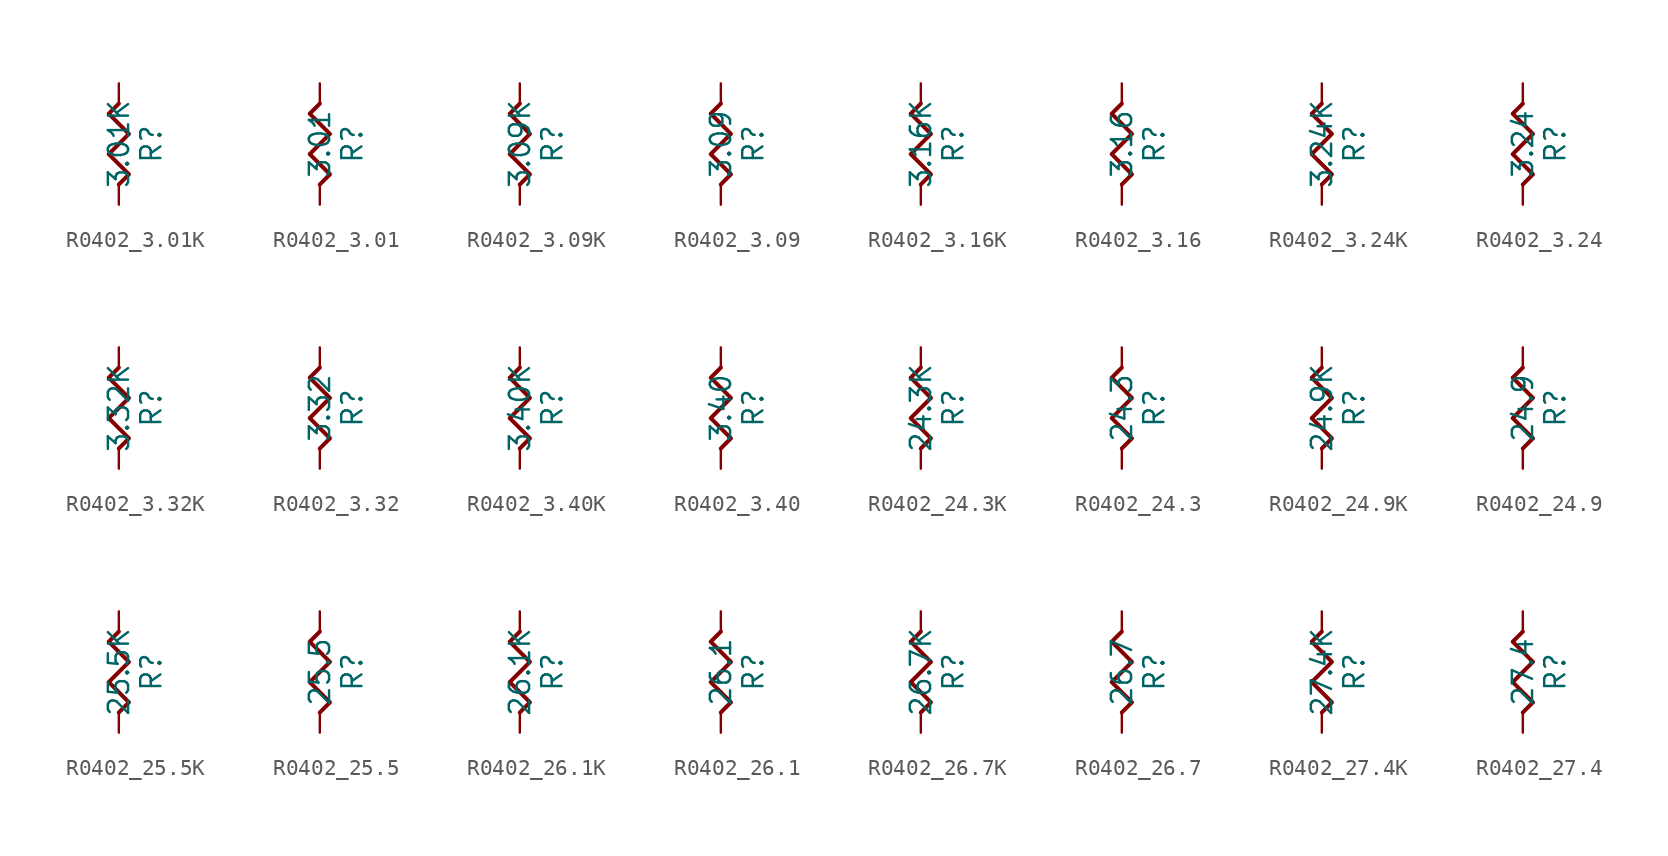
<source format=kicad_sym>
(kicad_symbol_lib
  (version 20211014)
  (generator atlantix-eda)
  (symbol "R0402_3.01K"
    (pin_numbers hide)
    (pin_names
      (offset 0))
    (property "Reference" "R"
      (at 2.032 0 90)
      (effects (font (size 1.27 1.27))))
    (property "Value" "3.01K"
      (at 0 0 90)
      (effects (font (size 1.27 1.27))))
    (symbol "R0402_3.01K_0_1"
      (polyline (pts (xy 0 -2.54) (xy 0.635 -1.905) (xy -0.635 -0.635) (xy 0.635 0.635) (xy -0.635 1.905) (xy 0 2.54)) (stroke (width 0.254) (type default) (color 0 0 0 0)) (fill (type none))))
    (symbol "R0402_3.01K_1_1"
      (pin passive line (at 0 3.81 270) (length 1.27) (name "~" (effects (font (size 1.27 1.27)))) (number "1" (effects (font (size 1.27 1.27)))))
      (pin passive line (at 0 -3.81 90) (length 1.27) (name "~" (effects (font (size 1.27 1.27)))) (number "2" (effects (font (size 1.27 1.27)))))))
  (symbol "R0402_3.01"
    (pin_numbers hide)
    (pin_names
      (offset 0))
    (property "Reference" "R"
      (at 2.032 0 90)
      (effects (font (size 1.27 1.27))))
    (property "Value" "3.01"
      (at 0 0 90)
      (effects (font (size 1.27 1.27))))
    (symbol "R0402_3.01_0_1"
      (polyline (pts (xy 0 -2.54) (xy 0.635 -1.905) (xy -0.635 -0.635) (xy 0.635 0.635) (xy -0.635 1.905) (xy 0 2.54)) (stroke (width 0.254) (type default) (color 0 0 0 0)) (fill (type none))))
    (symbol "R0402_3.01_1_1"
      (pin passive line (at 0 3.81 270) (length 1.27) (name "~" (effects (font (size 1.27 1.27)))) (number "1" (effects (font (size 1.27 1.27)))))
      (pin passive line (at 0 -3.81 90) (length 1.27) (name "~" (effects (font (size 1.27 1.27)))) (number "2" (effects (font (size 1.27 1.27)))))))
  (symbol "R0402_3.09K"
    (pin_numbers hide)
    (pin_names
      (offset 0))
    (property "Reference" "R"
      (at 2.032 0 90)
      (effects (font (size 1.27 1.27))))
    (property "Value" "3.09K"
      (at 0 0 90)
      (effects (font (size 1.27 1.27))))
    (symbol "R0402_3.09K_0_1"
      (polyline (pts (xy 0 -2.54) (xy 0.635 -1.905) (xy -0.635 -0.635) (xy 0.635 0.635) (xy -0.635 1.905) (xy 0 2.54)) (stroke (width 0.254) (type default) (color 0 0 0 0)) (fill (type none))))
    (symbol "R0402_3.09K_1_1"
      (pin passive line (at 0 3.81 270) (length 1.27) (name "~" (effects (font (size 1.27 1.27)))) (number "1" (effects (font (size 1.27 1.27)))))
      (pin passive line (at 0 -3.81 90) (length 1.27) (name "~" (effects (font (size 1.27 1.27)))) (number "2" (effects (font (size 1.27 1.27)))))))
  (symbol "R0402_3.09"
    (pin_numbers hide)
    (pin_names
      (offset 0))
    (property "Reference" "R"
      (at 2.032 0 90)
      (effects (font (size 1.27 1.27))))
    (property "Value" "3.09"
      (at 0 0 90)
      (effects (font (size 1.27 1.27))))
    (symbol "R0402_3.09_0_1"
      (polyline (pts (xy 0 -2.54) (xy 0.635 -1.905) (xy -0.635 -0.635) (xy 0.635 0.635) (xy -0.635 1.905) (xy 0 2.54)) (stroke (width 0.254) (type default) (color 0 0 0 0)) (fill (type none))))
    (symbol "R0402_3.09_1_1"
      (pin passive line (at 0 3.81 270) (length 1.27) (name "~" (effects (font (size 1.27 1.27)))) (number "1" (effects (font (size 1.27 1.27)))))
      (pin passive line (at 0 -3.81 90) (length 1.27) (name "~" (effects (font (size 1.27 1.27)))) (number "2" (effects (font (size 1.27 1.27)))))))
  (symbol "R0402_3.16K"
    (pin_numbers hide)
    (pin_names
      (offset 0))
    (property "Reference" "R"
      (at 2.032 0 90)
      (effects (font (size 1.27 1.27))))
    (property "Value" "3.16K"
      (at 0 0 90)
      (effects (font (size 1.27 1.27))))
    (symbol "R0402_3.16K_0_1"
      (polyline (pts (xy 0 -2.54) (xy 0.635 -1.905) (xy -0.635 -0.635) (xy 0.635 0.635) (xy -0.635 1.905) (xy 0 2.54)) (stroke (width 0.254) (type default) (color 0 0 0 0)) (fill (type none))))
    (symbol "R0402_3.16K_1_1"
      (pin passive line (at 0 3.81 270) (length 1.27) (name "~" (effects (font (size 1.27 1.27)))) (number "1" (effects (font (size 1.27 1.27)))))
      (pin passive line (at 0 -3.81 90) (length 1.27) (name "~" (effects (font (size 1.27 1.27)))) (number "2" (effects (font (size 1.27 1.27)))))))
  (symbol "R0402_3.16"
    (pin_numbers hide)
    (pin_names
      (offset 0))
    (property "Reference" "R"
      (at 2.032 0 90)
      (effects (font (size 1.27 1.27))))
    (property "Value" "3.16"
      (at 0 0 90)
      (effects (font (size 1.27 1.27))))
    (symbol "R0402_3.16_0_1"
      (polyline (pts (xy 0 -2.54) (xy 0.635 -1.905) (xy -0.635 -0.635) (xy 0.635 0.635) (xy -0.635 1.905) (xy 0 2.54)) (stroke (width 0.254) (type default) (color 0 0 0 0)) (fill (type none))))
    (symbol "R0402_3.16_1_1"
      (pin passive line (at 0 3.81 270) (length 1.27) (name "~" (effects (font (size 1.27 1.27)))) (number "1" (effects (font (size 1.27 1.27)))))
      (pin passive line (at 0 -3.81 90) (length 1.27) (name "~" (effects (font (size 1.27 1.27)))) (number "2" (effects (font (size 1.27 1.27)))))))
  (symbol "R0402_3.24K"
    (pin_numbers hide)
    (pin_names
      (offset 0))
    (property "Reference" "R"
      (at 2.032 0 90)
      (effects (font (size 1.27 1.27))))
    (property "Value" "3.24K"
      (at 0 0 90)
      (effects (font (size 1.27 1.27))))
    (symbol "R0402_3.24K_0_1"
      (polyline (pts (xy 0 -2.54) (xy 0.635 -1.905) (xy -0.635 -0.635) (xy 0.635 0.635) (xy -0.635 1.905) (xy 0 2.54)) (stroke (width 0.254) (type default) (color 0 0 0 0)) (fill (type none))))
    (symbol "R0402_3.24K_1_1"
      (pin passive line (at 0 3.81 270) (length 1.27) (name "~" (effects (font (size 1.27 1.27)))) (number "1" (effects (font (size 1.27 1.27)))))
      (pin passive line (at 0 -3.81 90) (length 1.27) (name "~" (effects (font (size 1.27 1.27)))) (number "2" (effects (font (size 1.27 1.27)))))))
  (symbol "R0402_3.24"
    (pin_numbers hide)
    (pin_names
      (offset 0))
    (property "Reference" "R"
      (at 2.032 0 90)
      (effects (font (size 1.27 1.27))))
    (property "Value" "3.24"
      (at 0 0 90)
      (effects (font (size 1.27 1.27))))
    (symbol "R0402_3.24_0_1"
      (polyline (pts (xy 0 -2.54) (xy 0.635 -1.905) (xy -0.635 -0.635) (xy 0.635 0.635) (xy -0.635 1.905) (xy 0 2.54)) (stroke (width 0.254) (type default) (color 0 0 0 0)) (fill (type none))))
    (symbol "R0402_3.24_1_1"
      (pin passive line (at 0 3.81 270) (length 1.27) (name "~" (effects (font (size 1.27 1.27)))) (number "1" (effects (font (size 1.27 1.27)))))
      (pin passive line (at 0 -3.81 90) (length 1.27) (name "~" (effects (font (size 1.27 1.27)))) (number "2" (effects (font (size 1.27 1.27)))))))
  (symbol "R0402_3.32K"
    (pin_numbers hide)
    (pin_names
      (offset 0))
    (property "Reference" "R"
      (at 2.032 0 90)
      (effects (font (size 1.27 1.27))))
    (property "Value" "3.32K"
      (at 0 0 90)
      (effects (font (size 1.27 1.27))))
    (symbol "R0402_3.32K_0_1"
      (polyline (pts (xy 0 -2.54) (xy 0.635 -1.905) (xy -0.635 -0.635) (xy 0.635 0.635) (xy -0.635 1.905) (xy 0 2.54)) (stroke (width 0.254) (type default) (color 0 0 0 0)) (fill (type none))))
    (symbol "R0402_3.32K_1_1"
      (pin passive line (at 0 3.81 270) (length 1.27) (name "~" (effects (font (size 1.27 1.27)))) (number "1" (effects (font (size 1.27 1.27)))))
      (pin passive line (at 0 -3.81 90) (length 1.27) (name "~" (effects (font (size 1.27 1.27)))) (number "2" (effects (font (size 1.27 1.27)))))))
  (symbol "R0402_3.32"
    (pin_numbers hide)
    (pin_names
      (offset 0))
    (property "Reference" "R"
      (at 2.032 0 90)
      (effects (font (size 1.27 1.27))))
    (property "Value" "3.32"
      (at 0 0 90)
      (effects (font (size 1.27 1.27))))
    (symbol "R0402_3.32_0_1"
      (polyline (pts (xy 0 -2.54) (xy 0.635 -1.905) (xy -0.635 -0.635) (xy 0.635 0.635) (xy -0.635 1.905) (xy 0 2.54)) (stroke (width 0.254) (type default) (color 0 0 0 0)) (fill (type none))))
    (symbol "R0402_3.32_1_1"
      (pin passive line (at 0 3.81 270) (length 1.27) (name "~" (effects (font (size 1.27 1.27)))) (number "1" (effects (font (size 1.27 1.27)))))
      (pin passive line (at 0 -3.81 90) (length 1.27) (name "~" (effects (font (size 1.27 1.27)))) (number "2" (effects (font (size 1.27 1.27)))))))
  (symbol "R0402_3.40K"
    (pin_numbers hide)
    (pin_names
      (offset 0))
    (property "Reference" "R"
      (at 2.032 0 90)
      (effects (font (size 1.27 1.27))))
    (property "Value" "3.40K"
      (at 0 0 90)
      (effects (font (size 1.27 1.27))))
    (symbol "R0402_3.40K_0_1"
      (polyline (pts (xy 0 -2.54) (xy 0.635 -1.905) (xy -0.635 -0.635) (xy 0.635 0.635) (xy -0.635 1.905) (xy 0 2.54)) (stroke (width 0.254) (type default) (color 0 0 0 0)) (fill (type none))))
    (symbol "R0402_3.40K_1_1"
      (pin passive line (at 0 3.81 270) (length 1.27) (name "~" (effects (font (size 1.27 1.27)))) (number "1" (effects (font (size 1.27 1.27)))))
      (pin passive line (at 0 -3.81 90) (length 1.27) (name "~" (effects (font (size 1.27 1.27)))) (number "2" (effects (font (size 1.27 1.27)))))))
  (symbol "R0402_3.40"
    (pin_numbers hide)
    (pin_names
      (offset 0))
    (property "Reference" "R"
      (at 2.032 0 90)
      (effects (font (size 1.27 1.27))))
    (property "Value" "3.40"
      (at 0 0 90)
      (effects (font (size 1.27 1.27))))
    (symbol "R0402_3.40_0_1"
      (polyline (pts (xy 0 -2.54) (xy 0.635 -1.905) (xy -0.635 -0.635) (xy 0.635 0.635) (xy -0.635 1.905) (xy 0 2.54)) (stroke (width 0.254) (type default) (color 0 0 0 0)) (fill (type none))))
    (symbol "R0402_3.40_1_1"
      (pin passive line (at 0 3.81 270) (length 1.27) (name "~" (effects (font (size 1.27 1.27)))) (number "1" (effects (font (size 1.27 1.27)))))
      (pin passive line (at 0 -3.81 90) (length 1.27) (name "~" (effects (font (size 1.27 1.27)))) (number "2" (effects (font (size 1.27 1.27)))))))
  (symbol "R0402_24.3K"
    (pin_numbers hide)
    (pin_names
      (offset 0))
    (property "Reference" "R"
      (at 2.032 0 90)
      (effects (font (size 1.27 1.27))))
    (property "Value" "24.3K"
      (at 0 0 90)
      (effects (font (size 1.27 1.27))))
    (symbol "R0402_24.3K_0_1"
      (polyline (pts (xy 0 -2.54) (xy 0.635 -1.905) (xy -0.635 -0.635) (xy 0.635 0.635) (xy -0.635 1.905) (xy 0 2.54)) (stroke (width 0.254) (type default) (color 0 0 0 0)) (fill (type none))))
    (symbol "R0402_24.3K_1_1"
      (pin passive line (at 0 3.81 270) (length 1.27) (name "~" (effects (font (size 1.27 1.27)))) (number "1" (effects (font (size 1.27 1.27)))))
      (pin passive line (at 0 -3.81 90) (length 1.27) (name "~" (effects (font (size 1.27 1.27)))) (number "2" (effects (font (size 1.27 1.27)))))))
  (symbol "R0402_24.3"
    (pin_numbers hide)
    (pin_names
      (offset 0))
    (property "Reference" "R"
      (at 2.032 0 90)
      (effects (font (size 1.27 1.27))))
    (property "Value" "24.3"
      (at 0 0 90)
      (effects (font (size 1.27 1.27))))
    (symbol "R0402_24.3_0_1"
      (polyline (pts (xy 0 -2.54) (xy 0.635 -1.905) (xy -0.635 -0.635) (xy 0.635 0.635) (xy -0.635 1.905) (xy 0 2.54)) (stroke (width 0.254) (type default) (color 0 0 0 0)) (fill (type none))))
    (symbol "R0402_24.3_1_1"
      (pin passive line (at 0 3.81 270) (length 1.27) (name "~" (effects (font (size 1.27 1.27)))) (number "1" (effects (font (size 1.27 1.27)))))
      (pin passive line (at 0 -3.81 90) (length 1.27) (name "~" (effects (font (size 1.27 1.27)))) (number "2" (effects (font (size 1.27 1.27)))))))
  (symbol "R0402_24.9K"
    (pin_numbers hide)
    (pin_names
      (offset 0))
    (property "Reference" "R"
      (at 2.032 0 90)
      (effects (font (size 1.27 1.27))))
    (property "Value" "24.9K"
      (at 0 0 90)
      (effects (font (size 1.27 1.27))))
    (symbol "R0402_24.9K_0_1"
      (polyline (pts (xy 0 -2.54) (xy 0.635 -1.905) (xy -0.635 -0.635) (xy 0.635 0.635) (xy -0.635 1.905) (xy 0 2.54)) (stroke (width 0.254) (type default) (color 0 0 0 0)) (fill (type none))))
    (symbol "R0402_24.9K_1_1"
      (pin passive line (at 0 3.81 270) (length 1.27) (name "~" (effects (font (size 1.27 1.27)))) (number "1" (effects (font (size 1.27 1.27)))))
      (pin passive line (at 0 -3.81 90) (length 1.27) (name "~" (effects (font (size 1.27 1.27)))) (number "2" (effects (font (size 1.27 1.27)))))))
  (symbol "R0402_24.9"
    (pin_numbers hide)
    (pin_names
      (offset 0))
    (property "Reference" "R"
      (at 2.032 0 90)
      (effects (font (size 1.27 1.27))))
    (property "Value" "24.9"
      (at 0 0 90)
      (effects (font (size 1.27 1.27))))
    (symbol "R0402_24.9_0_1"
      (polyline (pts (xy 0 -2.54) (xy 0.635 -1.905) (xy -0.635 -0.635) (xy 0.635 0.635) (xy -0.635 1.905) (xy 0 2.54)) (stroke (width 0.254) (type default) (color 0 0 0 0)) (fill (type none))))
    (symbol "R0402_24.9_1_1"
      (pin passive line (at 0 3.81 270) (length 1.27) (name "~" (effects (font (size 1.27 1.27)))) (number "1" (effects (font (size 1.27 1.27)))))
      (pin passive line (at 0 -3.81 90) (length 1.27) (name "~" (effects (font (size 1.27 1.27)))) (number "2" (effects (font (size 1.27 1.27)))))))
  (symbol "R0402_25.5K"
    (pin_numbers hide)
    (pin_names
      (offset 0))
    (property "Reference" "R"
      (at 2.032 0 90)
      (effects (font (size 1.27 1.27))))
    (property "Value" "25.5K"
      (at 0 0 90)
      (effects (font (size 1.27 1.27))))
    (symbol "R0402_25.5K_0_1"
      (polyline (pts (xy 0 -2.54) (xy 0.635 -1.905) (xy -0.635 -0.635) (xy 0.635 0.635) (xy -0.635 1.905) (xy 0 2.54)) (stroke (width 0.254) (type default) (color 0 0 0 0)) (fill (type none))))
    (symbol "R0402_25.5K_1_1"
      (pin passive line (at 0 3.81 270) (length 1.27) (name "~" (effects (font (size 1.27 1.27)))) (number "1" (effects (font (size 1.27 1.27)))))
      (pin passive line (at 0 -3.81 90) (length 1.27) (name "~" (effects (font (size 1.27 1.27)))) (number "2" (effects (font (size 1.27 1.27)))))))
  (symbol "R0402_25.5"
    (pin_numbers hide)
    (pin_names
      (offset 0))
    (property "Reference" "R"
      (at 2.032 0 90)
      (effects (font (size 1.27 1.27))))
    (property "Value" "25.5"
      (at 0 0 90)
      (effects (font (size 1.27 1.27))))
    (symbol "R0402_25.5_0_1"
      (polyline (pts (xy 0 -2.54) (xy 0.635 -1.905) (xy -0.635 -0.635) (xy 0.635 0.635) (xy -0.635 1.905) (xy 0 2.54)) (stroke (width 0.254) (type default) (color 0 0 0 0)) (fill (type none))))
    (symbol "R0402_25.5_1_1"
      (pin passive line (at 0 3.81 270) (length 1.27) (name "~" (effects (font (size 1.27 1.27)))) (number "1" (effects (font (size 1.27 1.27)))))
      (pin passive line (at 0 -3.81 90) (length 1.27) (name "~" (effects (font (size 1.27 1.27)))) (number "2" (effects (font (size 1.27 1.27)))))))
  (symbol "R0402_26.1K"
    (pin_numbers hide)
    (pin_names
      (offset 0))
    (property "Reference" "R"
      (at 2.032 0 90)
      (effects (font (size 1.27 1.27))))
    (property "Value" "26.1K"
      (at 0 0 90)
      (effects (font (size 1.27 1.27))))
    (symbol "R0402_26.1K_0_1"
      (polyline (pts (xy 0 -2.54) (xy 0.635 -1.905) (xy -0.635 -0.635) (xy 0.635 0.635) (xy -0.635 1.905) (xy 0 2.54)) (stroke (width 0.254) (type default) (color 0 0 0 0)) (fill (type none))))
    (symbol "R0402_26.1K_1_1"
      (pin passive line (at 0 3.81 270) (length 1.27) (name "~" (effects (font (size 1.27 1.27)))) (number "1" (effects (font (size 1.27 1.27)))))
      (pin passive line (at 0 -3.81 90) (length 1.27) (name "~" (effects (font (size 1.27 1.27)))) (number "2" (effects (font (size 1.27 1.27)))))))
  (symbol "R0402_26.1"
    (pin_numbers hide)
    (pin_names
      (offset 0))
    (property "Reference" "R"
      (at 2.032 0 90)
      (effects (font (size 1.27 1.27))))
    (property "Value" "26.1"
      (at 0 0 90)
      (effects (font (size 1.27 1.27))))
    (symbol "R0402_26.1_0_1"
      (polyline (pts (xy 0 -2.54) (xy 0.635 -1.905) (xy -0.635 -0.635) (xy 0.635 0.635) (xy -0.635 1.905) (xy 0 2.54)) (stroke (width 0.254) (type default) (color 0 0 0 0)) (fill (type none))))
    (symbol "R0402_26.1_1_1"
      (pin passive line (at 0 3.81 270) (length 1.27) (name "~" (effects (font (size 1.27 1.27)))) (number "1" (effects (font (size 1.27 1.27)))))
      (pin passive line (at 0 -3.81 90) (length 1.27) (name "~" (effects (font (size 1.27 1.27)))) (number "2" (effects (font (size 1.27 1.27)))))))
  (symbol "R0402_26.7K"
    (pin_numbers hide)
    (pin_names
      (offset 0))
    (property "Reference" "R"
      (at 2.032 0 90)
      (effects (font (size 1.27 1.27))))
    (property "Value" "26.7K"
      (at 0 0 90)
      (effects (font (size 1.27 1.27))))
    (symbol "R0402_26.7K_0_1"
      (polyline (pts (xy 0 -2.54) (xy 0.635 -1.905) (xy -0.635 -0.635) (xy 0.635 0.635) (xy -0.635 1.905) (xy 0 2.54)) (stroke (width 0.254) (type default) (color 0 0 0 0)) (fill (type none))))
    (symbol "R0402_26.7K_1_1"
      (pin passive line (at 0 3.81 270) (length 1.27) (name "~" (effects (font (size 1.27 1.27)))) (number "1" (effects (font (size 1.27 1.27)))))
      (pin passive line (at 0 -3.81 90) (length 1.27) (name "~" (effects (font (size 1.27 1.27)))) (number "2" (effects (font (size 1.27 1.27)))))))
  (symbol "R0402_26.7"
    (pin_numbers hide)
    (pin_names
      (offset 0))
    (property "Reference" "R"
      (at 2.032 0 90)
      (effects (font (size 1.27 1.27))))
    (property "Value" "26.7"
      (at 0 0 90)
      (effects (font (size 1.27 1.27))))
    (symbol "R0402_26.7_0_1"
      (polyline (pts (xy 0 -2.54) (xy 0.635 -1.905) (xy -0.635 -0.635) (xy 0.635 0.635) (xy -0.635 1.905) (xy 0 2.54)) (stroke (width 0.254) (type default) (color 0 0 0 0)) (fill (type none))))
    (symbol "R0402_26.7_1_1"
      (pin passive line (at 0 3.81 270) (length 1.27) (name "~" (effects (font (size 1.27 1.27)))) (number "1" (effects (font (size 1.27 1.27)))))
      (pin passive line (at 0 -3.81 90) (length 1.27) (name "~" (effects (font (size 1.27 1.27)))) (number "2" (effects (font (size 1.27 1.27)))))))
  (symbol "R0402_27.4K"
    (pin_numbers hide)
    (pin_names
      (offset 0))
    (property "Reference" "R"
      (at 2.032 0 90)
      (effects (font (size 1.27 1.27))))
    (property "Value" "27.4K"
      (at 0 0 90)
      (effects (font (size 1.27 1.27))))
    (symbol "R0402_27.4K_0_1"
      (polyline (pts (xy 0 -2.54) (xy 0.635 -1.905) (xy -0.635 -0.635) (xy 0.635 0.635) (xy -0.635 1.905) (xy 0 2.54)) (stroke (width 0.254) (type default) (color 0 0 0 0)) (fill (type none))))
    (symbol "R0402_27.4K_1_1"
      (pin passive line (at 0 3.81 270) (length 1.27) (name "~" (effects (font (size 1.27 1.27)))) (number "1" (effects (font (size 1.27 1.27)))))
      (pin passive line (at 0 -3.81 90) (length 1.27) (name "~" (effects (font (size 1.27 1.27)))) (number "2" (effects (font (size 1.27 1.27)))))))
  (symbol "R0402_27.4"
    (pin_numbers hide)
    (pin_names
      (offset 0))
    (property "Reference" "R"
      (at 2.032 0 90)
      (effects (font (size 1.27 1.27))))
    (property "Value" "27.4"
      (at 0 0 90)
      (effects (font (size 1.27 1.27))))
    (symbol "R0402_27.4_0_1"
      (polyline (pts (xy 0 -2.54) (xy 0.635 -1.905) (xy -0.635 -0.635) (xy 0.635 0.635) (xy -0.635 1.905) (xy 0 2.54)) (stroke (width 0.254) (type default) (color 0 0 0 0)) (fill (type none))))
    (symbol "R0402_27.4_1_1"
      (pin passive line (at 0 3.81 270) (length 1.27) (name "~" (effects (font (size 1.27 1.27)))) (number "1" (effects (font (size 1.27 1.27)))))
      (pin passive line (at 0 -3.81 90) (length 1.27) (name "~" (effects (font (size 1.27 1.27)))) (number "2" (effects (font (size 1.27 1.27))))))))
</source>
